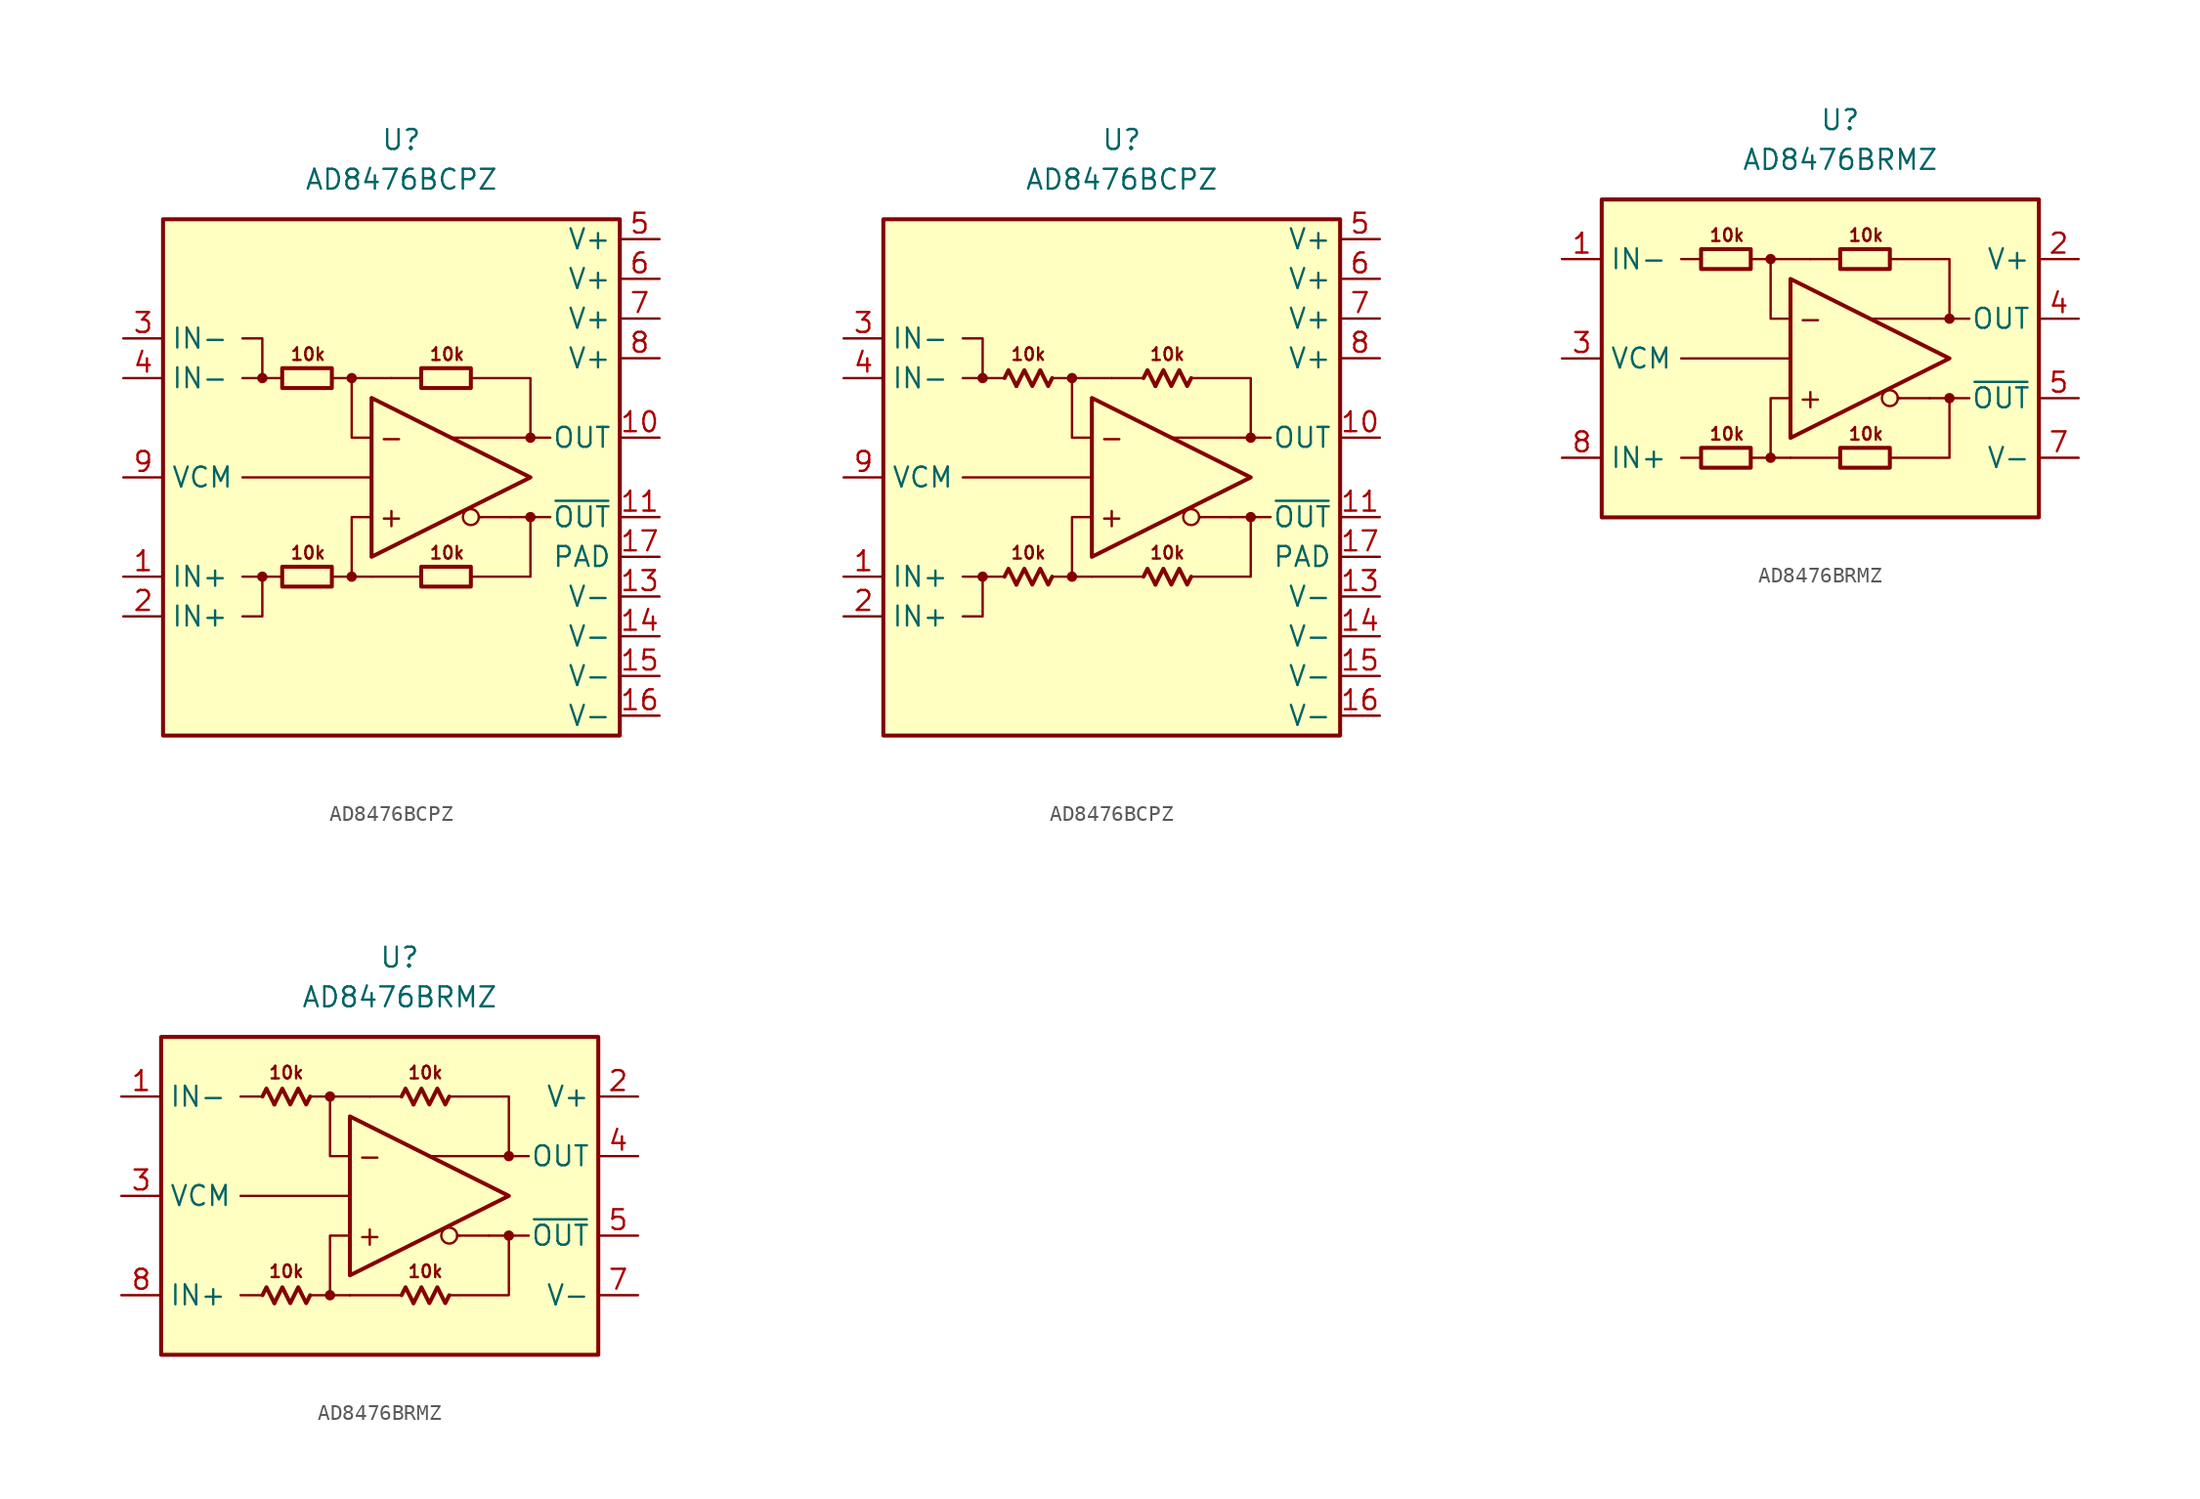
<source format=kicad_sym>
(kicad_symbol_lib
  (version 20231120)
  (generator "kicad_symbol_editor")
  (generator_version "8.0")
  (symbol "AD8476BCPZ"
    (property "Reference" "U"
      (at 0 21.59 0)
      (effects (font (size 1.27 1.27))))
    (property "Value" "AD8476BCPZ"
      (at 0 19.05 0)
      (effects (font (size 1.27 1.27))))
    (symbol "AD8476BCPZ_0_0"
      (rectangle (start -15.24 16.51) (end 13.97 -16.51) (stroke (width 0.254) (type default)) (fill (type background)))
      (circle (center -8.89 -6.35) (radius 0.254) (stroke (width 0.152) (type default)) (fill (type outline)))
      (circle (center -8.89 6.35) (radius 0.254) (stroke (width 0.152) (type default)) (fill (type outline)))
      (circle (center -3.175 -6.35) (radius 0.254) (stroke (width 0.152) (type default)) (fill (type outline)))
      (circle (center -3.175 6.35) (radius 0.254) (stroke (width 0.152) (type default)) (fill (type outline)))
      (polyline (pts (xy -7.62 -6.35) (xy -8.89 -6.35)) (stroke (width 0.152) (type default)) (fill (type none)))
      (polyline (pts (xy -7.62 6.35) (xy -8.89 6.35)) (stroke (width 0.152) (type default)) (fill (type none)))
      (polyline (pts (xy -3.175 6.35) (xy -0.635 6.35)) (stroke (width 0.152) (type default)) (fill (type none)))
      (polyline (pts (xy -1.905 -6.35) (xy -3.175 -6.35)) (stroke (width 0.152) (type default)) (fill (type none)))
      (polyline (pts (xy -1.905 0) (xy -10.16 0)) (stroke (width 0) (type default)) (fill (type none)))
      (polyline (pts (xy 1.27 -6.35) (xy -1.905 -6.35)) (stroke (width 0.152) (type default)) (fill (type none)))
      (polyline (pts (xy 1.27 6.35) (xy -0.635 6.35)) (stroke (width 0.152) (type default)) (fill (type none)))
      (polyline (pts (xy 5.08 -2.54) (xy 4.953 -2.54)) (stroke (width 0.152) (type default)) (fill (type none)))
      (polyline (pts (xy 6.985 -2.54) (xy 5.08 -2.54)) (stroke (width 0.152) (type default)) (fill (type none)))
      (polyline (pts (xy 8.255 -2.54) (xy 9.525 -2.54)) (stroke (width 0.152) (type default)) (fill (type none)))
      (polyline (pts (xy 8.255 2.54) (xy 9.525 2.54)) (stroke (width 0.152) (type default)) (fill (type none)))
      (polyline (pts (xy -10.16 -6.35) (xy -8.89 -6.35) (xy -8.89 -8.89) (xy -10.16 -8.89)) (stroke (width 0.152) (type default)) (fill (type none)))
      (polyline (pts (xy -10.16 6.35) (xy -8.89 6.35) (xy -8.89 8.89) (xy -10.16 8.89)) (stroke (width 0.152) (type default)) (fill (type none)))
      (polyline (pts (xy -4.445 -6.35) (xy -3.175 -6.35) (xy -3.175 -2.54) (xy -1.905 -2.54)) (stroke (width 0.152) (type default)) (fill (type none)))
      (polyline (pts (xy -1.905 2.54) (xy -3.175 2.54) (xy -3.175 6.35) (xy -4.445 6.35)) (stroke (width 0.152) (type default)) (fill (type none)))
      (polyline (pts (xy 4.445 6.35) (xy 8.255 6.35) (xy 8.255 2.54) (xy 3.175 2.54)) (stroke (width 0.152) (type default)) (fill (type none)))
      (polyline (pts (xy 6.985 -2.54) (xy 8.255 -2.54) (xy 8.255 -6.35) (xy 4.445 -6.35)) (stroke (width 0.152) (type default)) (fill (type none)))
      (circle (center 4.445 -2.54) (radius 0.508) (stroke (width 0.152) (type default)) (fill (type none)))
      (circle (center 8.255 -2.54) (radius 0.254) (stroke (width 0.152) (type default)) (fill (type outline)))
      (circle (center 8.255 2.54) (radius 0.254) (stroke (width 0.152) (type default)) (fill (type outline)))
      (text "+" (at -0.635 -2.54 0) (effects (font (size 1.27 1.27))))
      (text "-" (at -0.635 2.54 0) (effects (font (size 1.27 1.27))))
      (text "10k" (at -5.969 -4.826 0) (effects (font (size 0.8 0.8))))
      (text "10k" (at -5.969 7.874 0) (effects (font (size 0.8 0.8))))
      (text "10k" (at 2.921 -4.826 0) (effects (font (size 0.8 0.8))))
      (text "10k" (at 2.921 7.874 0) (effects (font (size 0.8 0.8)))))
    (symbol "AD8476BCPZ_0_1"
      (rectangle (start -7.62 -5.715) (end -4.445 -6.985) (stroke (width 0.254) (type default)) (fill (type none)))
      (rectangle (start -7.62 6.985) (end -4.445 5.715) (stroke (width 0.254) (type default)) (fill (type none)))
      (rectangle (start 1.27 -5.715) (end 4.445 -6.985) (stroke (width 0.254) (type default)) (fill (type none)))
      (rectangle (start 1.27 6.985) (end 4.445 5.715) (stroke (width 0.254) (type default)) (fill (type none))))
    (symbol "AD8476BCPZ_0_2"
      (polyline (pts (xy -6.731 -6.858) (xy -7.239 -5.842) (xy -7.493 -6.35)) (stroke (width 0.254) (type default)) (fill (type none)))
      (polyline (pts (xy -6.731 5.842) (xy -7.239 6.858) (xy -7.493 6.35)) (stroke (width 0.254) (type default)) (fill (type none)))
      (polyline (pts (xy 2.159 -6.858) (xy 1.651 -5.842) (xy 1.397 -6.35)) (stroke (width 0.254) (type default)) (fill (type none)))
      (polyline (pts (xy 2.159 5.842) (xy 1.651 6.858) (xy 1.397 6.35)) (stroke (width 0.254) (type default)) (fill (type none)))
      (polyline (pts (xy -4.445 -6.35) (xy -4.699 -6.858) (xy -5.207 -5.842) (xy -5.715 -6.858) (xy -6.223 -5.842) (xy -6.731 -6.858)) (stroke (width 0.254) (type default)) (fill (type none)))
      (polyline (pts (xy -4.445 6.35) (xy -4.699 5.842) (xy -5.207 6.858) (xy -5.715 5.842) (xy -6.223 6.858) (xy -6.731 5.842)) (stroke (width 0.254) (type default)) (fill (type none)))
      (polyline (pts (xy 4.445 -6.35) (xy 4.191 -6.858) (xy 3.683 -5.842) (xy 3.175 -6.858) (xy 2.667 -5.842) (xy 2.159 -6.858)) (stroke (width 0.254) (type default)) (fill (type none)))
      (polyline (pts (xy 4.445 6.35) (xy 4.191 5.842) (xy 3.683 6.858) (xy 3.175 5.842) (xy 2.667 6.858) (xy 2.159 5.842)) (stroke (width 0.254) (type default)) (fill (type none))))
    (symbol "AD8476BCPZ_1_0"
      (polyline (pts (xy -1.905 5.08) (xy -1.905 -5.08) (xy 8.255 0) (xy -1.905 5.08)) (stroke (width 0.254) (type default)) (fill (type none))))
    (symbol "AD8476BCPZ_1_1"
      (pin input line (at -17.78 -6.35 0) (length 2.54) (name "IN+" (effects (font (size 1.27 1.27)))) (number "1" (effects (font (size 1.27 1.27)))))
      (pin output line (at 16.51 2.54 180) (length 2.54) (name "OUT" (effects (font (size 1.27 1.27)))) (number "10" (effects (font (size 1.27 1.27)))))
      (pin output line (at 16.51 -2.54 180) (length 2.54) (name "~{OUT}" (effects (font (size 1.27 1.27)))) (number "11" (effects (font (size 1.27 1.27)))))
      (pin free line (at 1.27 -13.97 0) (length 2.54) hide (name "NC" (effects (font (size 1.27 1.27)))) (number "12" (effects (font (size 1.27 1.27)))))
      (pin power_in line (at 16.51 -7.62 180) (length 2.54) (name "V-" (effects (font (size 1.27 1.27)))) (number "13" (effects (font (size 1.27 1.27)))))
      (pin power_in line (at 16.51 -10.16 180) (length 2.54) (name "V-" (effects (font (size 1.27 1.27)))) (number "14" (effects (font (size 1.27 1.27)))))
      (pin power_in line (at 16.51 -12.7 180) (length 2.54) (name "V-" (effects (font (size 1.27 1.27)))) (number "15" (effects (font (size 1.27 1.27)))))
      (pin power_in line (at 16.51 -15.24 180) (length 2.54) (name "V-" (effects (font (size 1.27 1.27)))) (number "16" (effects (font (size 1.27 1.27)))))
      (pin power_in line (at 16.51 -5.08 180) (length 2.54) (name "PAD" (effects (font (size 1.27 1.27)))) (number "17" (effects (font (size 1.27 1.27)))))
      (pin input line (at -17.78 -8.89 0) (length 2.54) (name "IN+" (effects (font (size 1.27 1.27)))) (number "2" (effects (font (size 1.27 1.27)))))
      (pin input line (at -17.78 8.89 0) (length 2.54) (name "IN-" (effects (font (size 1.27 1.27)))) (number "3" (effects (font (size 1.27 1.27)))))
      (pin input line (at -17.78 6.35 0) (length 2.54) (name "IN-" (effects (font (size 1.27 1.27)))) (number "4" (effects (font (size 1.27 1.27)))))
      (pin power_in line (at 16.51 15.24 180) (length 2.54) (name "V+" (effects (font (size 1.27 1.27)))) (number "5" (effects (font (size 1.27 1.27)))))
      (pin power_in line (at 16.51 12.7 180) (length 2.54) (name "V+" (effects (font (size 1.27 1.27)))) (number "6" (effects (font (size 1.27 1.27)))))
      (pin power_in line (at 16.51 10.16 180) (length 2.54) (name "V+" (effects (font (size 1.27 1.27)))) (number "7" (effects (font (size 1.27 1.27)))))
      (pin power_in line (at 16.51 7.62 180) (length 2.54) (name "V+" (effects (font (size 1.27 1.27)))) (number "8" (effects (font (size 1.27 1.27)))))
      (pin input line (at -17.78 0 0) (length 2.54) (name "VCM" (effects (font (size 1.27 1.27)))) (number "9" (effects (font (size 1.27 1.27))))))
    (symbol "AD8476BCPZ_1_2"
      (pin input line (at -17.78 -6.35 0) (length 2.54) (name "IN+" (effects (font (size 1.27 1.27)))) (number "1" (effects (font (size 1.27 1.27)))))
      (pin output line (at 16.51 2.54 180) (length 2.54) (name "OUT" (effects (font (size 1.27 1.27)))) (number "10" (effects (font (size 1.27 1.27)))))
      (pin output line (at 16.51 -2.54 180) (length 2.54) (name "~{OUT}" (effects (font (size 1.27 1.27)))) (number "11" (effects (font (size 1.27 1.27)))))
      (pin free line (at 1.27 -13.97 0) (length 2.54) hide (name "NC" (effects (font (size 1.27 1.27)))) (number "12" (effects (font (size 1.27 1.27)))))
      (pin power_in line (at 16.51 -7.62 180) (length 2.54) (name "V-" (effects (font (size 1.27 1.27)))) (number "13" (effects (font (size 1.27 1.27)))))
      (pin power_in line (at 16.51 -10.16 180) (length 2.54) (name "V-" (effects (font (size 1.27 1.27)))) (number "14" (effects (font (size 1.27 1.27)))))
      (pin power_in line (at 16.51 -12.7 180) (length 2.54) (name "V-" (effects (font (size 1.27 1.27)))) (number "15" (effects (font (size 1.27 1.27)))))
      (pin power_in line (at 16.51 -15.24 180) (length 2.54) (name "V-" (effects (font (size 1.27 1.27)))) (number "16" (effects (font (size 1.27 1.27)))))
      (pin power_in line (at 16.51 -5.08 180) (length 2.54) (name "PAD" (effects (font (size 1.27 1.27)))) (number "17" (effects (font (size 1.27 1.27)))))
      (pin input line (at -17.78 -8.89 0) (length 2.54) (name "IN+" (effects (font (size 1.27 1.27)))) (number "2" (effects (font (size 1.27 1.27)))))
      (pin input line (at -17.78 8.89 0) (length 2.54) (name "IN-" (effects (font (size 1.27 1.27)))) (number "3" (effects (font (size 1.27 1.27)))))
      (pin input line (at -17.78 6.35 0) (length 2.54) (name "IN-" (effects (font (size 1.27 1.27)))) (number "4" (effects (font (size 1.27 1.27)))))
      (pin power_in line (at 16.51 15.24 180) (length 2.54) (name "V+" (effects (font (size 1.27 1.27)))) (number "5" (effects (font (size 1.27 1.27)))))
      (pin power_in line (at 16.51 12.7 180) (length 2.54) (name "V+" (effects (font (size 1.27 1.27)))) (number "6" (effects (font (size 1.27 1.27)))))
      (pin power_in line (at 16.51 10.16 180) (length 2.54) (name "V+" (effects (font (size 1.27 1.27)))) (number "7" (effects (font (size 1.27 1.27)))))
      (pin power_in line (at 16.51 7.62 180) (length 2.54) (name "V+" (effects (font (size 1.27 1.27)))) (number "8" (effects (font (size 1.27 1.27)))))
      (pin input line (at -17.78 0 0) (length 2.54) (name "VCM" (effects (font (size 1.27 1.27)))) (number "9" (effects (font (size 1.27 1.27)))))))
  (symbol "AD8476BRMZ"
    (property "Reference" "U"
      (at 0 15.24 0)
      (effects (font (size 1.27 1.27))))
    (property "Value" "AD8476BRMZ"
      (at 0 12.7 0)
      (effects (font (size 1.27 1.27))))
    (symbol "AD8476BRMZ_0_0"
      (rectangle (start -15.24 10.16) (end 12.7 -10.16) (stroke (width 0.254) (type default)) (fill (type background)))
      (circle (center -4.445 -6.35) (radius 0.254) (stroke (width 0.152) (type default)) (fill (type outline)))
      (circle (center -4.445 6.35) (radius 0.254) (stroke (width 0.152) (type default)) (fill (type outline)))
      (polyline (pts (xy -10.16 0) (xy -3.175 0)) (stroke (width 0) (type default)) (fill (type none)))
      (polyline (pts (xy -8.89 -6.35) (xy -10.16 -6.35)) (stroke (width 0.152) (type default)) (fill (type none)))
      (polyline (pts (xy -8.89 6.35) (xy -10.16 6.35)) (stroke (width 0.152) (type default)) (fill (type none)))
      (polyline (pts (xy -4.445 6.35) (xy -1.905 6.35)) (stroke (width 0.152) (type default)) (fill (type none)))
      (polyline (pts (xy -3.175 -6.35) (xy -4.445 -6.35)) (stroke (width 0.152) (type default)) (fill (type none)))
      (polyline (pts (xy 0 -6.35) (xy -3.175 -6.35)) (stroke (width 0.152) (type default)) (fill (type none)))
      (polyline (pts (xy 0 6.35) (xy -1.905 6.35)) (stroke (width 0.152) (type default)) (fill (type none)))
      (polyline (pts (xy 3.81 -2.54) (xy 3.683 -2.54)) (stroke (width 0.152) (type default)) (fill (type none)))
      (polyline (pts (xy 5.715 -2.54) (xy 3.81 -2.54)) (stroke (width 0.152) (type default)) (fill (type none)))
      (polyline (pts (xy 6.985 -2.54) (xy 8.255 -2.54)) (stroke (width 0.152) (type default)) (fill (type none)))
      (polyline (pts (xy 6.985 2.54) (xy 8.255 2.54)) (stroke (width 0.152) (type default)) (fill (type none)))
      (polyline (pts (xy -5.715 -6.35) (xy -4.445 -6.35) (xy -4.445 -2.54) (xy -3.175 -2.54)) (stroke (width 0.152) (type default)) (fill (type none)))
      (polyline (pts (xy -3.175 2.54) (xy -4.445 2.54) (xy -4.445 6.35) (xy -5.715 6.35)) (stroke (width 0.152) (type default)) (fill (type none)))
      (polyline (pts (xy 3.175 6.35) (xy 6.985 6.35) (xy 6.985 2.54) (xy 1.905 2.54)) (stroke (width 0.152) (type default)) (fill (type none)))
      (polyline (pts (xy 5.715 -2.54) (xy 6.985 -2.54) (xy 6.985 -6.35) (xy 3.175 -6.35)) (stroke (width 0.152) (type default)) (fill (type none)))
      (circle (center 3.175 -2.54) (radius 0.508) (stroke (width 0.152) (type default)) (fill (type none)))
      (circle (center 6.985 -2.54) (radius 0.254) (stroke (width 0.152) (type default)) (fill (type outline)))
      (circle (center 6.985 2.54) (radius 0.254) (stroke (width 0.152) (type default)) (fill (type outline)))
      (text "+" (at -1.905 -2.54 0) (effects (font (size 1.27 1.27))))
      (text "-" (at -1.905 2.54 0) (effects (font (size 1.27 1.27))))
      (text "10k" (at -7.239 -4.826 0) (effects (font (size 0.8 0.8))))
      (text "10k" (at -7.239 7.874 0) (effects (font (size 0.8 0.8))))
      (text "10k" (at 1.651 -4.826 0) (effects (font (size 0.8 0.8))))
      (text "10k" (at 1.651 7.874 0) (effects (font (size 0.8 0.8)))))
    (symbol "AD8476BRMZ_0_1"
      (rectangle (start -8.89 -5.715) (end -5.715 -6.985) (stroke (width 0.254) (type default)) (fill (type none)))
      (rectangle (start -8.89 6.985) (end -5.715 5.715) (stroke (width 0.254) (type default)) (fill (type none)))
      (rectangle (start 0 -5.715) (end 3.175 -6.985) (stroke (width 0.254) (type default)) (fill (type none)))
      (rectangle (start 0 6.985) (end 3.175 5.715) (stroke (width 0.254) (type default)) (fill (type none))))
    (symbol "AD8476BRMZ_0_2"
      (polyline (pts (xy -8.001 -6.858) (xy -8.509 -5.842) (xy -8.763 -6.35)) (stroke (width 0.254) (type default)) (fill (type none)))
      (polyline (pts (xy -8.001 5.842) (xy -8.509 6.858) (xy -8.763 6.35)) (stroke (width 0.254) (type default)) (fill (type none)))
      (polyline (pts (xy 0.889 -6.858) (xy 0.381 -5.842) (xy 0.127 -6.35)) (stroke (width 0.254) (type default)) (fill (type none)))
      (polyline (pts (xy 0.889 5.842) (xy 0.381 6.858) (xy 0.127 6.35)) (stroke (width 0.254) (type default)) (fill (type none)))
      (polyline (pts (xy -5.715 -6.35) (xy -5.969 -6.858) (xy -6.477 -5.842) (xy -6.985 -6.858) (xy -7.493 -5.842) (xy -8.001 -6.858)) (stroke (width 0.254) (type default)) (fill (type none)))
      (polyline (pts (xy -5.715 6.35) (xy -5.969 5.842) (xy -6.477 6.858) (xy -6.985 5.842) (xy -7.493 6.858) (xy -8.001 5.842)) (stroke (width 0.254) (type default)) (fill (type none)))
      (polyline (pts (xy 3.175 -6.35) (xy 2.921 -6.858) (xy 2.413 -5.842) (xy 1.905 -6.858) (xy 1.397 -5.842) (xy 0.889 -6.858)) (stroke (width 0.254) (type default)) (fill (type none)))
      (polyline (pts (xy 3.175 6.35) (xy 2.921 5.842) (xy 2.413 6.858) (xy 1.905 5.842) (xy 1.397 6.858) (xy 0.889 5.842)) (stroke (width 0.254) (type default)) (fill (type none))))
    (symbol "AD8476BRMZ_1_0"
      (polyline (pts (xy -3.175 5.08) (xy -3.175 -5.08) (xy 6.985 0) (xy -3.175 5.08)) (stroke (width 0.254) (type default)) (fill (type none))))
    (symbol "AD8476BRMZ_1_1"
      (pin input line (at -17.78 6.35 0) (length 2.54) (name "IN-" (effects (font (size 1.27 1.27)))) (number "1" (effects (font (size 1.27 1.27)))))
      (pin power_in line (at 15.24 6.35 180) (length 2.54) (name "V+" (effects (font (size 1.27 1.27)))) (number "2" (effects (font (size 1.27 1.27)))))
      (pin input line (at -17.78 0 0) (length 2.54) (name "VCM" (effects (font (size 1.27 1.27)))) (number "3" (effects (font (size 1.27 1.27)))))
      (pin output line (at 15.24 2.54 180) (length 2.54) (name "OUT" (effects (font (size 1.27 1.27)))) (number "4" (effects (font (size 1.27 1.27)))))
      (pin output line (at 15.24 -2.54 180) (length 2.54) (name "~{OUT}" (effects (font (size 1.27 1.27)))) (number "5" (effects (font (size 1.27 1.27)))))
      (pin free line (at -10.16 -2.54 0) (length 2.54) hide (name "NC" (effects (font (size 1.27 1.27)))) (number "6" (effects (font (size 1.27 1.27)))))
      (pin power_in line (at 15.24 -6.35 180) (length 2.54) (name "V-" (effects (font (size 1.27 1.27)))) (number "7" (effects (font (size 1.27 1.27)))))
      (pin input line (at -17.78 -6.35 0) (length 2.54) (name "IN+" (effects (font (size 1.27 1.27)))) (number "8" (effects (font (size 1.27 1.27))))))
    (symbol "AD8476BRMZ_1_2"
      (pin input line (at -17.78 6.35 0) (length 2.54) (name "IN-" (effects (font (size 1.27 1.27)))) (number "1" (effects (font (size 1.27 1.27)))))
      (pin power_in line (at 15.24 6.35 180) (length 2.54) (name "V+" (effects (font (size 1.27 1.27)))) (number "2" (effects (font (size 1.27 1.27)))))
      (pin input line (at -17.78 0 0) (length 2.54) (name "VCM" (effects (font (size 1.27 1.27)))) (number "3" (effects (font (size 1.27 1.27)))))
      (pin output line (at 15.24 2.54 180) (length 2.54) (name "OUT" (effects (font (size 1.27 1.27)))) (number "4" (effects (font (size 1.27 1.27)))))
      (pin output line (at 15.24 -2.54 180) (length 2.54) (name "~{OUT}" (effects (font (size 1.27 1.27)))) (number "5" (effects (font (size 1.27 1.27)))))
      (pin free line (at -10.16 -2.54 0) (length 2.54) hide (name "NC" (effects (font (size 1.27 1.27)))) (number "6" (effects (font (size 1.27 1.27)))))
      (pin power_in line (at 15.24 -6.35 180) (length 2.54) (name "V-" (effects (font (size 1.27 1.27)))) (number "7" (effects (font (size 1.27 1.27)))))
      (pin input line (at -17.78 -6.35 0) (length 2.54) (name "IN+" (effects (font (size 1.27 1.27)))) (number "8" (effects (font (size 1.27 1.27))))))))
</source>
